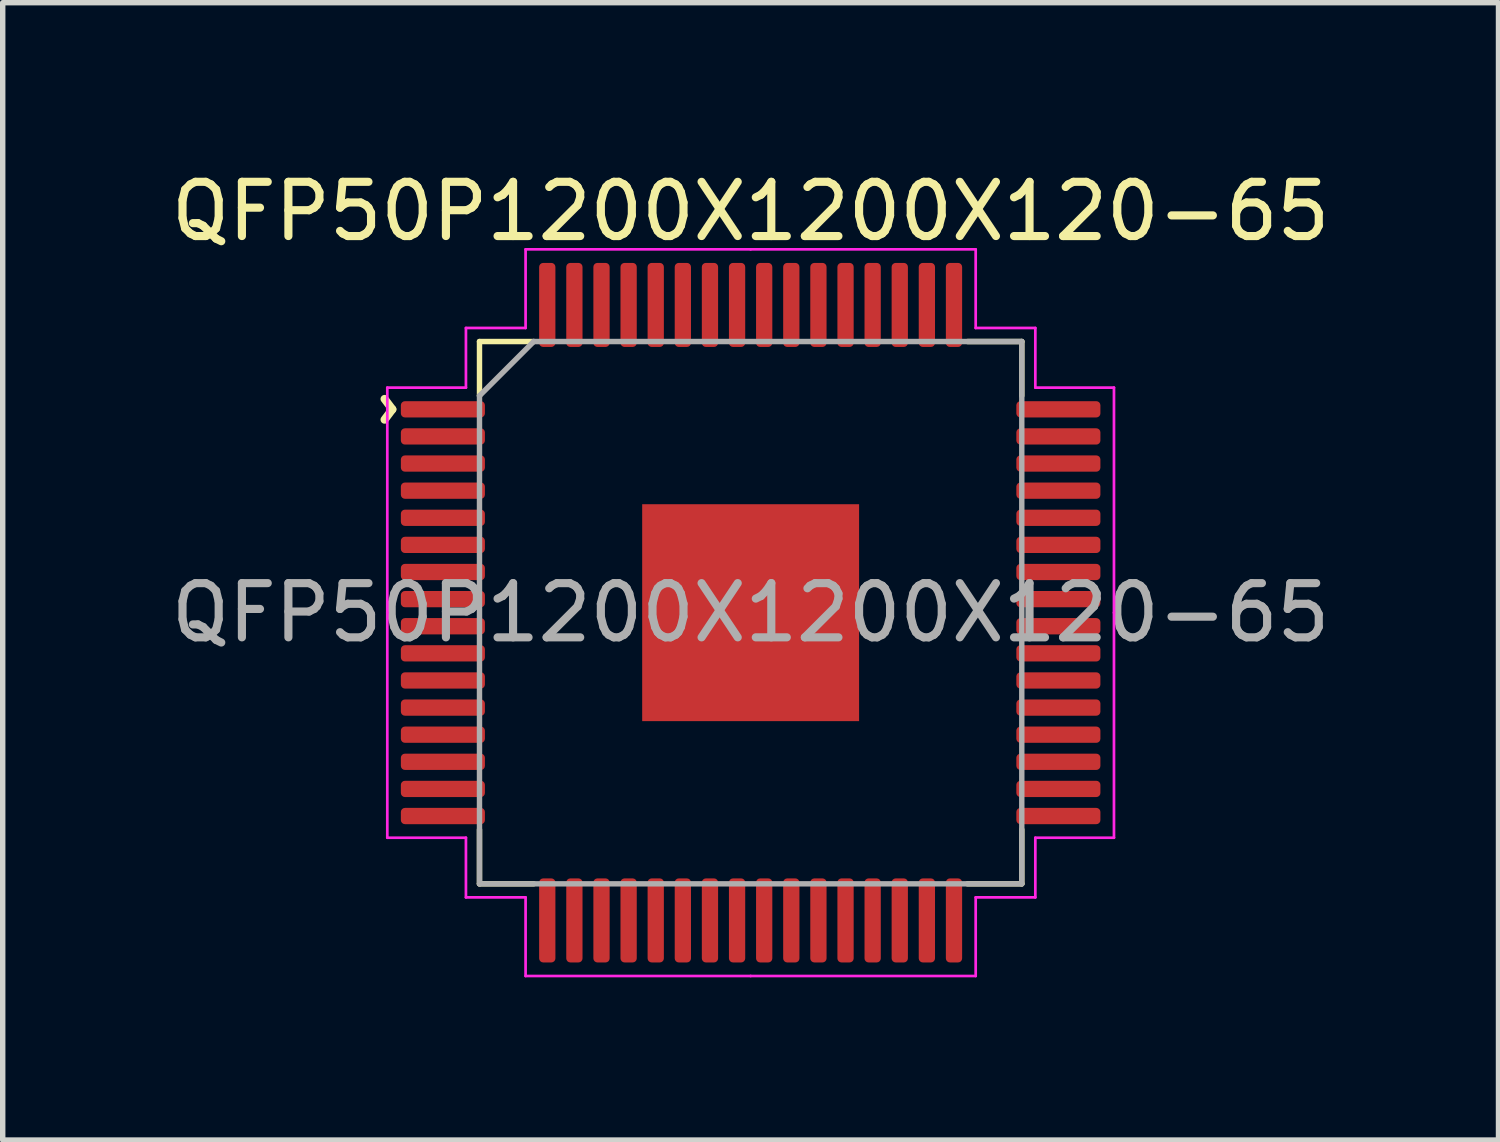
<source format=kicad_pcb>
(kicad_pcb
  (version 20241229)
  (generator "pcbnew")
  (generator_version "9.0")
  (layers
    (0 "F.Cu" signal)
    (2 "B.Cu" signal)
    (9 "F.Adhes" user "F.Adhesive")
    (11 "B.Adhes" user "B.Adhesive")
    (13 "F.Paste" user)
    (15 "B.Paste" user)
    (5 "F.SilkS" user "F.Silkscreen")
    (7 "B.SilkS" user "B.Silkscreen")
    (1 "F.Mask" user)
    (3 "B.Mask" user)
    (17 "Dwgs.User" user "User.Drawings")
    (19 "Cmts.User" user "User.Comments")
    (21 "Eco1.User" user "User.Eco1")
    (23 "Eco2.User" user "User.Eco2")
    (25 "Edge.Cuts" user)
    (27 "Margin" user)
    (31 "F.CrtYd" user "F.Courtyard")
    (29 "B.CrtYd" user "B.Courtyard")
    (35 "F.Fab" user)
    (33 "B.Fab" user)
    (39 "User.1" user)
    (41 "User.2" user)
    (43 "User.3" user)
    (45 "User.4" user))
  (footprint "QFP50P1200X1200X120-65"
    (layer "F.Cu")
    (at 10.792 8.248)
    (property "Reference" "QFP50P1200X1200X120-65" (at 0 -7.4 0) (layer "F.SilkS") (effects (font (size 1 1) (thickness 0.15))))
    (attr smd)
    (fp_line (start -5 -5) (end -5 -4) (stroke (width 0.1) (type solid)) (layer "F.SilkS"))
    (fp_line (start -5 4) (end -5 5) (stroke (width 0.1) (type solid)) (layer "F.SilkS"))
    (fp_line (start -5 5) (end -4 5) (stroke (width 0.1) (type solid)) (layer "F.SilkS"))
    (fp_line (start -4 -5) (end -5 -5) (stroke (width 0.1) (type solid)) (layer "F.SilkS"))
    (fp_line (start 4 5) (end 5 5) (stroke (width 0.1) (type solid)) (layer "F.SilkS"))
    (fp_line (start 5 -5) (end 4 -5) (stroke (width 0.1) (type solid)) (layer "F.SilkS"))
    (fp_line (start 5 -4) (end 5 -5) (stroke (width 0.1) (type solid)) (layer "F.SilkS"))
    (fp_line (start 5 5) (end 5 4) (stroke (width 0.1) (type solid)) (layer "F.SilkS"))
    (fp_line (start -6.7 -4.15) (end -6.7 0) (stroke (width 0.05) (type solid)) (layer "F.CrtYd"))
    (fp_line (start -6.7 4.15) (end -6.7 0) (stroke (width 0.05) (type solid)) (layer "F.CrtYd"))
    (fp_line (start -5.25 -5.25) (end -5.25 -4.15) (stroke (width 0.05) (type solid)) (layer "F.CrtYd"))
    (fp_line (start -5.25 -4.15) (end -6.7 -4.15) (stroke (width 0.05) (type solid)) (layer "F.CrtYd"))
    (fp_line (start -5.25 4.15) (end -6.7 4.15) (stroke (width 0.05) (type solid)) (layer "F.CrtYd"))
    (fp_line (start -5.25 5.25) (end -5.25 4.15) (stroke (width 0.05) (type solid)) (layer "F.CrtYd"))
    (fp_line (start -4.15 -6.7) (end -4.15 -5.25) (stroke (width 0.05) (type solid)) (layer "F.CrtYd"))
    (fp_line (start -4.15 -5.25) (end -5.25 -5.25) (stroke (width 0.05) (type solid)) (layer "F.CrtYd"))
    (fp_line (start -4.15 5.25) (end -5.25 5.25) (stroke (width 0.05) (type solid)) (layer "F.CrtYd"))
    (fp_line (start -4.15 6.7) (end -4.15 5.25) (stroke (width 0.05) (type solid)) (layer "F.CrtYd"))
    (fp_line (start 0 -6.7) (end -4.15 -6.7) (stroke (width 0.05) (type solid)) (layer "F.CrtYd"))
    (fp_line (start 0 -6.7) (end 4.15 -6.7) (stroke (width 0.05) (type solid)) (layer "F.CrtYd"))
    (fp_line (start 0 6.7) (end -4.15 6.7) (stroke (width 0.05) (type solid)) (layer "F.CrtYd"))
    (fp_line (start 0 6.7) (end 4.15 6.7) (stroke (width 0.05) (type solid)) (layer "F.CrtYd"))
    (fp_line (start 4.15 -6.7) (end 4.15 -5.25) (stroke (width 0.05) (type solid)) (layer "F.CrtYd"))
    (fp_line (start 4.15 -5.25) (end 5.25 -5.25) (stroke (width 0.05) (type solid)) (layer "F.CrtYd"))
    (fp_line (start 4.15 5.25) (end 5.25 5.25) (stroke (width 0.05) (type solid)) (layer "F.CrtYd"))
    (fp_line (start 4.15 6.7) (end 4.15 5.25) (stroke (width 0.05) (type solid)) (layer "F.CrtYd"))
    (fp_line (start 5.25 -5.25) (end 5.25 -4.15) (stroke (width 0.05) (type solid)) (layer "F.CrtYd"))
    (fp_line (start 5.25 -4.15) (end 6.7 -4.15) (stroke (width 0.05) (type solid)) (layer "F.CrtYd"))
    (fp_line (start 5.25 4.15) (end 6.7 4.15) (stroke (width 0.05) (type solid)) (layer "F.CrtYd"))
    (fp_line (start 5.25 5.25) (end 5.25 4.15) (stroke (width 0.05) (type solid)) (layer "F.CrtYd"))
    (fp_line (start 6.7 -4.15) (end 6.7 0) (stroke (width 0.05) (type solid)) (layer "F.CrtYd"))
    (fp_line (start 6.7 4.15) (end 6.7 0) (stroke (width 0.05) (type solid)) (layer "F.CrtYd"))
    (fp_line (start -5 -4) (end -4 -5) (stroke (width 0.1) (type solid)) (layer "F.Fab"))
    (fp_line (start -5 5) (end -5 -4) (stroke (width 0.1) (type solid)) (layer "F.Fab"))
    (fp_line (start -4 -5) (end 5 -5) (stroke (width 0.1) (type solid)) (layer "F.Fab"))
    (fp_line (start 5 -5) (end 5 5) (stroke (width 0.1) (type solid)) (layer "F.Fab"))
    (fp_line (start 5 5) (end -5 5) (stroke (width 0.1) (type solid)) (layer "F.Fab"))
    (fp_text user "^" (at -7.2 -3.75 270) (unlocked yes) (layer "F.SilkS") (effects (font (size 1 1) (thickness 0.15))))
    (fp_text user "${REFERENCE}" (at 0 0 0) (layer "F.Fab") (effects (font (size 1 1) (thickness 0.15))))
    (pad "" smd roundrect (at -1 -1) (size 0.81 0.81) (layers "F.Paste") (roundrect_rratio 0.25))
    (pad "" smd roundrect (at -1 0) (size 0.81 0.81) (layers "F.Paste") (roundrect_rratio 0.25))
    (pad "" smd roundrect (at -1 1) (size 0.81 0.81) (layers "F.Paste") (roundrect_rratio 0.25))
    (pad "" smd roundrect (at 0 -1) (size 0.81 0.81) (layers "F.Paste") (roundrect_rratio 0.25))
    (pad "" smd roundrect (at 0 0) (size 0.81 0.81) (layers "F.Paste") (roundrect_rratio 0.25))
    (pad "" smd roundrect (at 0 1) (size 0.81 0.81) (layers "F.Paste") (roundrect_rratio 0.25))
    (pad "" smd roundrect (at 1 -1) (size 0.81 0.81) (layers "F.Paste") (roundrect_rratio 0.25))
    (pad "" smd roundrect (at 1 0) (size 0.81 0.81) (layers "F.Paste") (roundrect_rratio 0.25))
    (pad "" smd roundrect (at 1 1) (size 0.81 0.81) (layers "F.Paste") (roundrect_rratio 0.25))
    (pad "1" smd roundrect (at -5.675 -3.75) (size 1.55 0.3) (layers "F.Cu" "F.Mask" "F.Paste") (roundrect_rratio 0.25))
    (pad "2" smd roundrect (at -5.675 -3.25) (size 1.55 0.3) (layers "F.Cu" "F.Mask" "F.Paste") (roundrect_rratio 0.25))
    (pad "3" smd roundrect (at -5.675 -2.75) (size 1.55 0.3) (layers "F.Cu" "F.Mask" "F.Paste") (roundrect_rratio 0.25))
    (pad "4" smd roundrect (at -5.675 -2.25) (size 1.55 0.3) (layers "F.Cu" "F.Mask" "F.Paste") (roundrect_rratio 0.25))
    (pad "5" smd roundrect (at -5.675 -1.75) (size 1.55 0.3) (layers "F.Cu" "F.Mask" "F.Paste") (roundrect_rratio 0.25))
    (pad "6" smd roundrect (at -5.675 -1.25) (size 1.55 0.3) (layers "F.Cu" "F.Mask" "F.Paste") (roundrect_rratio 0.25))
    (pad "7" smd roundrect (at -5.675 -0.75) (size 1.55 0.3) (layers "F.Cu" "F.Mask" "F.Paste") (roundrect_rratio 0.25))
    (pad "8" smd roundrect (at -5.675 -0.25) (size 1.55 0.3) (layers "F.Cu" "F.Mask" "F.Paste") (roundrect_rratio 0.25))
    (pad "9" smd roundrect (at -5.675 0.25) (size 1.55 0.3) (layers "F.Cu" "F.Mask" "F.Paste") (roundrect_rratio 0.25))
    (pad "10" smd roundrect (at -5.675 0.75) (size 1.55 0.3) (layers "F.Cu" "F.Mask" "F.Paste") (roundrect_rratio 0.25))
    (pad "11" smd roundrect (at -5.675 1.25) (size 1.55 0.3) (layers "F.Cu" "F.Mask" "F.Paste") (roundrect_rratio 0.25))
    (pad "12" smd roundrect (at -5.675 1.75) (size 1.55 0.3) (layers "F.Cu" "F.Mask" "F.Paste") (roundrect_rratio 0.25))
    (pad "13" smd roundrect (at -5.675 2.25) (size 1.55 0.3) (layers "F.Cu" "F.Mask" "F.Paste") (roundrect_rratio 0.25))
    (pad "14" smd roundrect (at -5.675 2.75) (size 1.55 0.3) (layers "F.Cu" "F.Mask" "F.Paste") (roundrect_rratio 0.25))
    (pad "15" smd roundrect (at -5.675 3.25) (size 1.55 0.3) (layers "F.Cu" "F.Mask" "F.Paste") (roundrect_rratio 0.25))
    (pad "16" smd roundrect (at -5.675 3.75) (size 1.55 0.3) (layers "F.Cu" "F.Mask" "F.Paste") (roundrect_rratio 0.25))
    (pad "17" smd roundrect (at -3.75 5.675) (size 0.3 1.55) (layers "F.Cu" "F.Mask" "F.Paste") (roundrect_rratio 0.25))
    (pad "18" smd roundrect (at -3.25 5.675) (size 0.3 1.55) (layers "F.Cu" "F.Mask" "F.Paste") (roundrect_rratio 0.25))
    (pad "19" smd roundrect (at -2.75 5.675) (size 0.3 1.55) (layers "F.Cu" "F.Mask" "F.Paste") (roundrect_rratio 0.25))
    (pad "20" smd roundrect (at -2.25 5.675) (size 0.3 1.55) (layers "F.Cu" "F.Mask" "F.Paste") (roundrect_rratio 0.25))
    (pad "21" smd roundrect (at -1.75 5.675) (size 0.3 1.55) (layers "F.Cu" "F.Mask" "F.Paste") (roundrect_rratio 0.25))
    (pad "22" smd roundrect (at -1.25 5.675) (size 0.3 1.55) (layers "F.Cu" "F.Mask" "F.Paste") (roundrect_rratio 0.25))
    (pad "23" smd roundrect (at -0.75 5.675) (size 0.3 1.55) (layers "F.Cu" "F.Mask" "F.Paste") (roundrect_rratio 0.25))
    (pad "24" smd roundrect (at -0.25 5.675) (size 0.3 1.55) (layers "F.Cu" "F.Mask" "F.Paste") (roundrect_rratio 0.25))
    (pad "25" smd roundrect (at 0.25 5.675) (size 0.3 1.55) (layers "F.Cu" "F.Mask" "F.Paste") (roundrect_rratio 0.25))
    (pad "26" smd roundrect (at 0.75 5.675) (size 0.3 1.55) (layers "F.Cu" "F.Mask" "F.Paste") (roundrect_rratio 0.25))
    (pad "27" smd roundrect (at 1.25 5.675) (size 0.3 1.55) (layers "F.Cu" "F.Mask" "F.Paste") (roundrect_rratio 0.25))
    (pad "28" smd roundrect (at 1.75 5.675) (size 0.3 1.55) (layers "F.Cu" "F.Mask" "F.Paste") (roundrect_rratio 0.25))
    (pad "29" smd roundrect (at 2.25 5.675) (size 0.3 1.55) (layers "F.Cu" "F.Mask" "F.Paste") (roundrect_rratio 0.25))
    (pad "30" smd roundrect (at 2.75 5.675) (size 0.3 1.55) (layers "F.Cu" "F.Mask" "F.Paste") (roundrect_rratio 0.25))
    (pad "31" smd roundrect (at 3.25 5.675) (size 0.3 1.55) (layers "F.Cu" "F.Mask" "F.Paste") (roundrect_rratio 0.25))
    (pad "32" smd roundrect (at 3.75 5.675) (size 0.3 1.55) (layers "F.Cu" "F.Mask" "F.Paste") (roundrect_rratio 0.25))
    (pad "33" smd roundrect (at 5.675 3.75) (size 1.55 0.3) (layers "F.Cu" "F.Mask" "F.Paste") (roundrect_rratio 0.25))
    (pad "34" smd roundrect (at 5.675 3.25) (size 1.55 0.3) (layers "F.Cu" "F.Mask" "F.Paste") (roundrect_rratio 0.25))
    (pad "35" smd roundrect (at 5.675 2.75) (size 1.55 0.3) (layers "F.Cu" "F.Mask" "F.Paste") (roundrect_rratio 0.25))
    (pad "36" smd roundrect (at 5.675 2.25) (size 1.55 0.3) (layers "F.Cu" "F.Mask" "F.Paste") (roundrect_rratio 0.25))
    (pad "37" smd roundrect (at 5.675 1.75) (size 1.55 0.3) (layers "F.Cu" "F.Mask" "F.Paste") (roundrect_rratio 0.25))
    (pad "38" smd roundrect (at 5.675 1.25) (size 1.55 0.3) (layers "F.Cu" "F.Mask" "F.Paste") (roundrect_rratio 0.25))
    (pad "39" smd roundrect (at 5.675 0.75) (size 1.55 0.3) (layers "F.Cu" "F.Mask" "F.Paste") (roundrect_rratio 0.25))
    (pad "40" smd roundrect (at 5.675 0.25) (size 1.55 0.3) (layers "F.Cu" "F.Mask" "F.Paste") (roundrect_rratio 0.25))
    (pad "41" smd roundrect (at 5.675 -0.25) (size 1.55 0.3) (layers "F.Cu" "F.Mask" "F.Paste") (roundrect_rratio 0.25))
    (pad "42" smd roundrect (at 5.675 -0.75) (size 1.55 0.3) (layers "F.Cu" "F.Mask" "F.Paste") (roundrect_rratio 0.25))
    (pad "43" smd roundrect (at 5.675 -1.25) (size 1.55 0.3) (layers "F.Cu" "F.Mask" "F.Paste") (roundrect_rratio 0.25))
    (pad "44" smd roundrect (at 5.675 -1.75) (size 1.55 0.3) (layers "F.Cu" "F.Mask" "F.Paste") (roundrect_rratio 0.25))
    (pad "45" smd roundrect (at 5.675 -2.25) (size 1.55 0.3) (layers "F.Cu" "F.Mask" "F.Paste") (roundrect_rratio 0.25))
    (pad "46" smd roundrect (at 5.675 -2.75) (size 1.55 0.3) (layers "F.Cu" "F.Mask" "F.Paste") (roundrect_rratio 0.25))
    (pad "47" smd roundrect (at 5.675 -3.25) (size 1.55 0.3) (layers "F.Cu" "F.Mask" "F.Paste") (roundrect_rratio 0.25))
    (pad "48" smd roundrect (at 5.675 -3.75) (size 1.55 0.3) (layers "F.Cu" "F.Mask" "F.Paste") (roundrect_rratio 0.25))
    (pad "49" smd roundrect (at 3.75 -5.675) (size 0.3 1.55) (layers "F.Cu" "F.Mask" "F.Paste") (roundrect_rratio 0.25))
    (pad "50" smd roundrect (at 3.25 -5.675) (size 0.3 1.55) (layers "F.Cu" "F.Mask" "F.Paste") (roundrect_rratio 0.25))
    (pad "51" smd roundrect (at 2.75 -5.675) (size 0.3 1.55) (layers "F.Cu" "F.Mask" "F.Paste") (roundrect_rratio 0.25))
    (pad "52" smd roundrect (at 2.25 -5.675) (size 0.3 1.55) (layers "F.Cu" "F.Mask" "F.Paste") (roundrect_rratio 0.25))
    (pad "53" smd roundrect (at 1.75 -5.675) (size 0.3 1.55) (layers "F.Cu" "F.Mask" "F.Paste") (roundrect_rratio 0.25))
    (pad "54" smd roundrect (at 1.25 -5.675) (size 0.3 1.55) (layers "F.Cu" "F.Mask" "F.Paste") (roundrect_rratio 0.25))
    (pad "55" smd roundrect (at 0.75 -5.675) (size 0.3 1.55) (layers "F.Cu" "F.Mask" "F.Paste") (roundrect_rratio 0.25))
    (pad "56" smd roundrect (at 0.25 -5.675) (size 0.3 1.55) (layers "F.Cu" "F.Mask" "F.Paste") (roundrect_rratio 0.25))
    (pad "57" smd roundrect (at -0.25 -5.675) (size 0.3 1.55) (layers "F.Cu" "F.Mask" "F.Paste") (roundrect_rratio 0.25))
    (pad "58" smd roundrect (at -0.75 -5.675) (size 0.3 1.55) (layers "F.Cu" "F.Mask" "F.Paste") (roundrect_rratio 0.25))
    (pad "59" smd roundrect (at -1.25 -5.675) (size 0.3 1.55) (layers "F.Cu" "F.Mask" "F.Paste") (roundrect_rratio 0.25))
    (pad "60" smd roundrect (at -1.75 -5.675) (size 0.3 1.55) (layers "F.Cu" "F.Mask" "F.Paste") (roundrect_rratio 0.25))
    (pad "61" smd roundrect (at -2.25 -5.675) (size 0.3 1.55) (layers "F.Cu" "F.Mask" "F.Paste") (roundrect_rratio 0.25))
    (pad "62" smd roundrect (at -2.75 -5.675) (size 0.3 1.55) (layers "F.Cu" "F.Mask" "F.Paste") (roundrect_rratio 0.25))
    (pad "63" smd roundrect (at -3.25 -5.675) (size 0.3 1.55) (layers "F.Cu" "F.Mask" "F.Paste") (roundrect_rratio 0.25))
    (pad "64" smd roundrect (at -3.75 -5.675) (size 0.3 1.55) (layers "F.Cu" "F.Mask" "F.Paste") (roundrect_rratio 0.25))
    (pad "65" smd rect (at 0 0) (size 4 4) (layers "F.Cu" "F.Mask")))
  (gr_rect
    (start -3 -3)
    (end 24.583 17.973)
    (stroke (width 0.1) (type default))
    (fill no)
    (layer "Edge.Cuts")))
</source>
